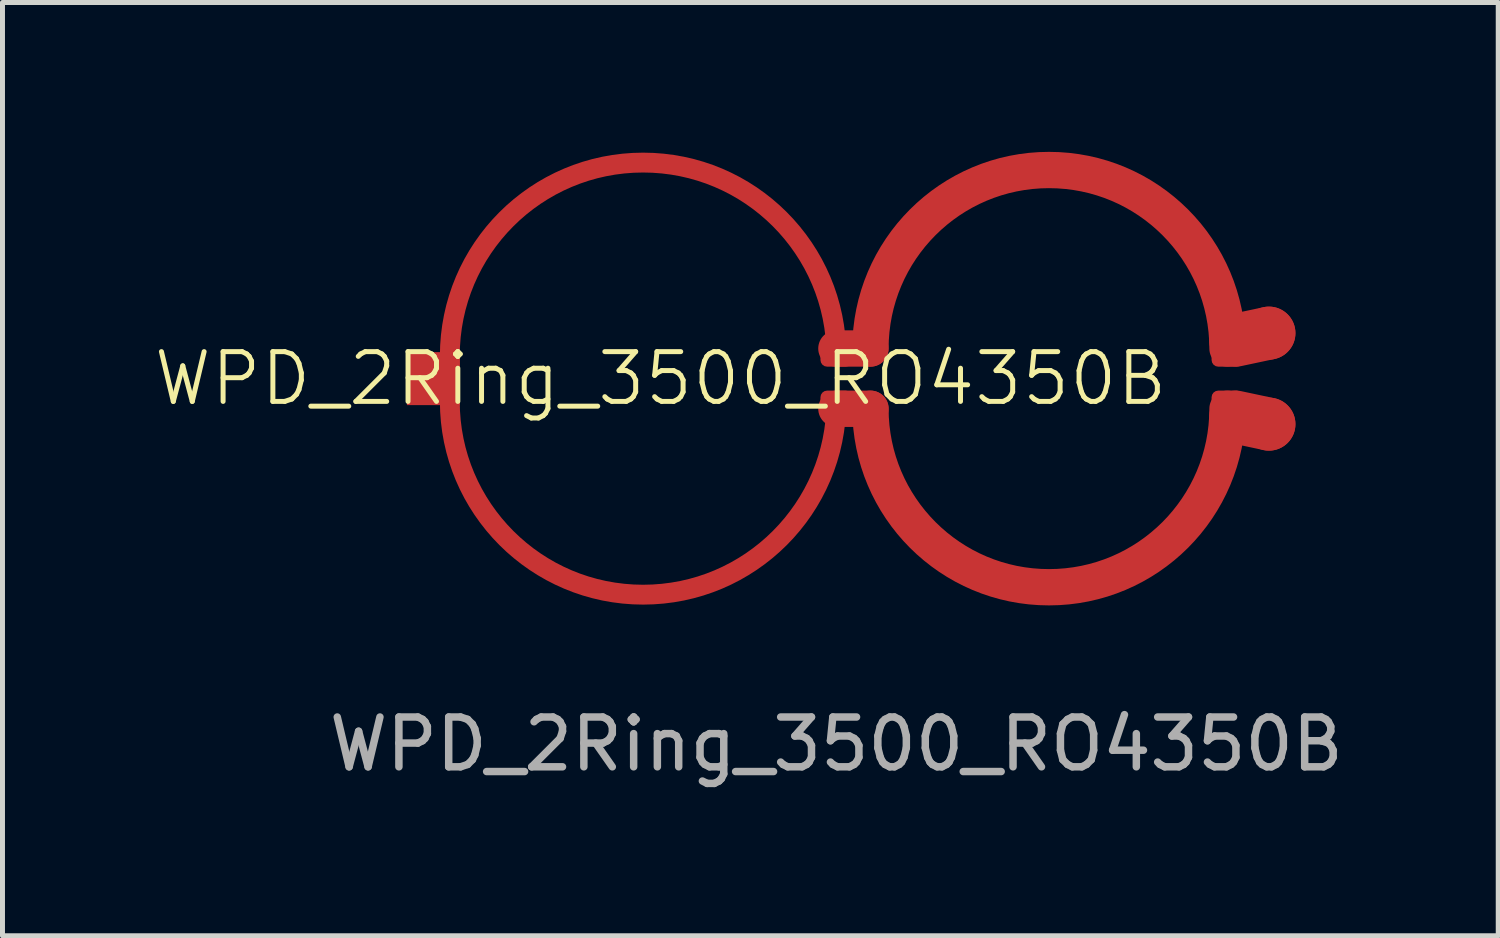
<source format=kicad_pcb>
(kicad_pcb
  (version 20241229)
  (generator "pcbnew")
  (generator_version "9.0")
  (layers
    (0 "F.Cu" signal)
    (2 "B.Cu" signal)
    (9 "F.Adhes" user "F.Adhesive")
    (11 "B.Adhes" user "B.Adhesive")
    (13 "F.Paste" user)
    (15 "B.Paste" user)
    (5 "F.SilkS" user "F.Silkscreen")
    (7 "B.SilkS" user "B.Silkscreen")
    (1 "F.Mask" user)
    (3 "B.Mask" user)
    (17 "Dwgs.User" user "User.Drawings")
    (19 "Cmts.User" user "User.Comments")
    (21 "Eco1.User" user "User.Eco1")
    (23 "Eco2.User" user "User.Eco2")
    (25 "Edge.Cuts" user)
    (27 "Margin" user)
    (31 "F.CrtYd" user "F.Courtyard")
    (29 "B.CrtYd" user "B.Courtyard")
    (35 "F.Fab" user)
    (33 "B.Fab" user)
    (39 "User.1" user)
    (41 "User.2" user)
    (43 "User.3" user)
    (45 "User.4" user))
  (footprint "WPD_2Ring_3500_RO4350B"
    (layer "F.Cu")
    (at 13.747 4.554)
    (property "Reference" "WPD_2Ring_3500_RO4350B" (at -3.531 0 0) (unlocked yes) (layer "F.SilkS") (effects (font (size 1 1) (thickness 0.1))))
    (attr smd)
    (fp_line (start 0 -0.605) (end 0.683 -0.605) (stroke (width 0.729) (type default)) (layer "F.Cu"))
    (fp_line (start 0 0.605) (end 0.685 0.605) (stroke (width 0.729) (type default)) (layer "F.Cu"))
    (fp_line (start 8.019 -0.772) (end 8.687 -0.914) (stroke (width 1.064) (type solid)) (layer "F.Cu"))
    (fp_line (start 8.019 0.772) (end 8.687 0.914) (stroke (width 1.064) (type solid)) (layer "F.Cu"))
    (fp_arc (start -7.763256 -0.4572) (mid -3.881628 -4.338828) (end 0 -0.4572) (stroke (width 0.39878) (type solid)) (layer "F.Cu"))
    (fp_arc (start 0 0.4572) (mid -3.881643 4.338843) (end -7.763286 0.4572) (stroke (width 0.39878) (type solid)) (layer "F.Cu"))
    (fp_arc (start 0.68453 -0.60452) (mid 4.26974 -4.18973) (end 7.85495 -0.60452) (stroke (width 0.72898) (type solid)) (layer "F.Cu"))
    (fp_arc (start 7.85495 0.60452) (mid 4.26974 4.18973) (end 0.68453 0.60452) (stroke (width 0.72898) (type solid)) (layer "F.Cu"))
    (fp_text user "${REFERENCE}" (at 0 7.341 0) (unlocked yes) (layer "F.Fab") (effects (font (size 1 1) (thickness 0.15))))
    (pad "1" smd rect (at -8.092 0) (size 1.064 1.064) (layers "F.Cu" "F.Mask" "F.Paste"))
    (pad "2" smd circle (at 8.687 -0.914) (size 1.064 1.064) (layers "F.Cu" "F.Mask" "F.Paste"))
    (pad "3" smd circle (at 8.687 0.914) (size 1.064 1.064) (layers "F.Cu" "F.Mask" "F.Paste"))
    (pad "4" smd roundrect (at 0 -0.51) (size 0.64 0.54) (layers "F.Cu" "F.Mask" "F.Paste") (roundrect_rratio 0.25))
    (pad "5" smd roundrect (at 0 0.51) (size 0.64 0.54) (layers "F.Cu" "F.Mask" "F.Paste") (roundrect_rratio 0.25))
    (pad "6" smd roundrect (at 7.855 -0.51) (size 0.64 0.54) (layers "F.Cu" "F.Mask" "F.Paste") (roundrect_rratio 0.25))
    (pad "7" smd roundrect (at 7.855 0.51) (size 0.64 0.54) (layers "F.Cu" "F.Mask" "F.Paste") (roundrect_rratio 0.25)))
  (gr_rect
    (start -3 -3)
    (end 27.039 15.743)
    (stroke (width 0.1) (type default))
    (fill no)
    (layer "Edge.Cuts")))
</source>
